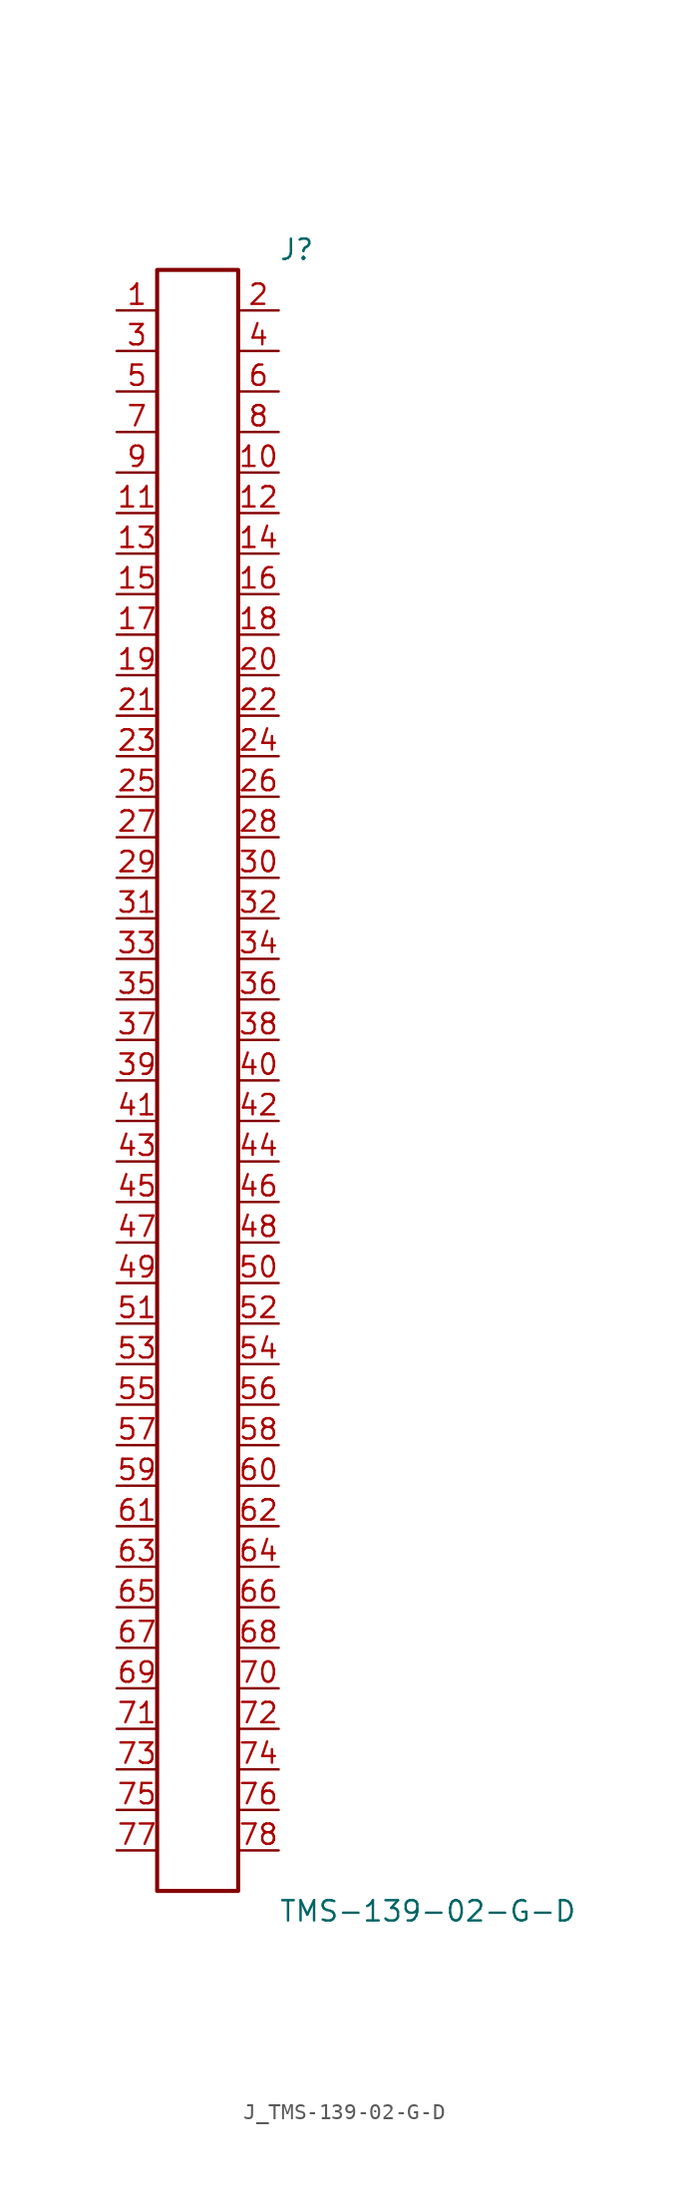
<source format=kicad_sym>
(kicad_symbol_lib
  (version 20231120)
  (generator kicad_symbol_editor)
  (generator_version 8.0)
  (symbol "J_TMS-139-02-G-D"
    (pin_names
      (offset 0.254))
    (property "Reference" "J"
      (at 5.08 52.07 0)
      (effects (font (size 1.27 1.27)) (justify left)))
    (property "Value" "TMS-139-02-G-D"
      (at 5.08 -52.07 0)
      (effects (font (size 1.27 1.27)) (justify left)))
    (symbol "J_TMS-139-02-G-D_0_0"
      (pin unspecified line (at -5.08 48.26 0) (length 2.54) (name "" (effects (font (size 1.27 1.27)))) (number "1" (effects (font (size 1.27 1.27)))))
      (pin unspecified line (at 5.08 48.26 180) (length 2.54) (name "" (effects (font (size 1.27 1.27)))) (number "2" (effects (font (size 1.27 1.27)))))
      (pin unspecified line (at -5.08 45.72 0) (length 2.54) (name "" (effects (font (size 1.27 1.27)))) (number "3" (effects (font (size 1.27 1.27)))))
      (pin unspecified line (at 5.08 45.72 180) (length 2.54) (name "" (effects (font (size 1.27 1.27)))) (number "4" (effects (font (size 1.27 1.27)))))
      (pin unspecified line (at -5.08 43.18 0) (length 2.54) (name "" (effects (font (size 1.27 1.27)))) (number "5" (effects (font (size 1.27 1.27)))))
      (pin unspecified line (at 5.08 43.18 180) (length 2.54) (name "" (effects (font (size 1.27 1.27)))) (number "6" (effects (font (size 1.27 1.27)))))
      (pin unspecified line (at -5.08 40.64 0) (length 2.54) (name "" (effects (font (size 1.27 1.27)))) (number "7" (effects (font (size 1.27 1.27)))))
      (pin unspecified line (at 5.08 40.64 180) (length 2.54) (name "" (effects (font (size 1.27 1.27)))) (number "8" (effects (font (size 1.27 1.27)))))
      (pin unspecified line (at -5.08 38.1 0) (length 2.54) (name "" (effects (font (size 1.27 1.27)))) (number "9" (effects (font (size 1.27 1.27)))))
      (pin unspecified line (at 5.08 38.1 180) (length 2.54) (name "" (effects (font (size 1.27 1.27)))) (number "10" (effects (font (size 1.27 1.27)))))
      (pin unspecified line (at -5.08 35.56 0) (length 2.54) (name "" (effects (font (size 1.27 1.27)))) (number "11" (effects (font (size 1.27 1.27)))))
      (pin unspecified line (at 5.08 35.56 180) (length 2.54) (name "" (effects (font (size 1.27 1.27)))) (number "12" (effects (font (size 1.27 1.27)))))
      (pin unspecified line (at -5.08 33.02 0) (length 2.54) (name "" (effects (font (size 1.27 1.27)))) (number "13" (effects (font (size 1.27 1.27)))))
      (pin unspecified line (at 5.08 33.02 180) (length 2.54) (name "" (effects (font (size 1.27 1.27)))) (number "14" (effects (font (size 1.27 1.27)))))
      (pin unspecified line (at -5.08 30.48 0) (length 2.54) (name "" (effects (font (size 1.27 1.27)))) (number "15" (effects (font (size 1.27 1.27)))))
      (pin unspecified line (at 5.08 30.48 180) (length 2.54) (name "" (effects (font (size 1.27 1.27)))) (number "16" (effects (font (size 1.27 1.27)))))
      (pin unspecified line (at -5.08 27.94 0) (length 2.54) (name "" (effects (font (size 1.27 1.27)))) (number "17" (effects (font (size 1.27 1.27)))))
      (pin unspecified line (at 5.08 27.94 180) (length 2.54) (name "" (effects (font (size 1.27 1.27)))) (number "18" (effects (font (size 1.27 1.27)))))
      (pin unspecified line (at -5.08 25.4 0) (length 2.54) (name "" (effects (font (size 1.27 1.27)))) (number "19" (effects (font (size 1.27 1.27)))))
      (pin unspecified line (at 5.08 25.4 180) (length 2.54) (name "" (effects (font (size 1.27 1.27)))) (number "20" (effects (font (size 1.27 1.27)))))
      (pin unspecified line (at -5.08 22.86 0) (length 2.54) (name "" (effects (font (size 1.27 1.27)))) (number "21" (effects (font (size 1.27 1.27)))))
      (pin unspecified line (at 5.08 22.86 180) (length 2.54) (name "" (effects (font (size 1.27 1.27)))) (number "22" (effects (font (size 1.27 1.27)))))
      (pin unspecified line (at -5.08 20.32 0) (length 2.54) (name "" (effects (font (size 1.27 1.27)))) (number "23" (effects (font (size 1.27 1.27)))))
      (pin unspecified line (at 5.08 20.32 180) (length 2.54) (name "" (effects (font (size 1.27 1.27)))) (number "24" (effects (font (size 1.27 1.27)))))
      (pin unspecified line (at -5.08 17.78 0) (length 2.54) (name "" (effects (font (size 1.27 1.27)))) (number "25" (effects (font (size 1.27 1.27)))))
      (pin unspecified line (at 5.08 17.78 180) (length 2.54) (name "" (effects (font (size 1.27 1.27)))) (number "26" (effects (font (size 1.27 1.27)))))
      (pin unspecified line (at -5.08 15.24 0) (length 2.54) (name "" (effects (font (size 1.27 1.27)))) (number "27" (effects (font (size 1.27 1.27)))))
      (pin unspecified line (at 5.08 15.24 180) (length 2.54) (name "" (effects (font (size 1.27 1.27)))) (number "28" (effects (font (size 1.27 1.27)))))
      (pin unspecified line (at -5.08 12.7 0) (length 2.54) (name "" (effects (font (size 1.27 1.27)))) (number "29" (effects (font (size 1.27 1.27)))))
      (pin unspecified line (at 5.08 12.7 180) (length 2.54) (name "" (effects (font (size 1.27 1.27)))) (number "30" (effects (font (size 1.27 1.27)))))
      (pin unspecified line (at -5.08 10.16 0) (length 2.54) (name "" (effects (font (size 1.27 1.27)))) (number "31" (effects (font (size 1.27 1.27)))))
      (pin unspecified line (at 5.08 10.16 180) (length 2.54) (name "" (effects (font (size 1.27 1.27)))) (number "32" (effects (font (size 1.27 1.27)))))
      (pin unspecified line (at -5.08 7.62 0) (length 2.54) (name "" (effects (font (size 1.27 1.27)))) (number "33" (effects (font (size 1.27 1.27)))))
      (pin unspecified line (at 5.08 7.62 180) (length 2.54) (name "" (effects (font (size 1.27 1.27)))) (number "34" (effects (font (size 1.27 1.27)))))
      (pin unspecified line (at -5.08 5.08 0) (length 2.54) (name "" (effects (font (size 1.27 1.27)))) (number "35" (effects (font (size 1.27 1.27)))))
      (pin unspecified line (at 5.08 5.08 180) (length 2.54) (name "" (effects (font (size 1.27 1.27)))) (number "36" (effects (font (size 1.27 1.27)))))
      (pin unspecified line (at -5.08 2.54 0) (length 2.54) (name "" (effects (font (size 1.27 1.27)))) (number "37" (effects (font (size 1.27 1.27)))))
      (pin unspecified line (at 5.08 2.54 180) (length 2.54) (name "" (effects (font (size 1.27 1.27)))) (number "38" (effects (font (size 1.27 1.27)))))
      (pin unspecified line (at -5.08 0.0 0) (length 2.54) (name "" (effects (font (size 1.27 1.27)))) (number "39" (effects (font (size 1.27 1.27)))))
      (pin unspecified line (at 5.08 0.0 180) (length 2.54) (name "" (effects (font (size 1.27 1.27)))) (number "40" (effects (font (size 1.27 1.27)))))
      (pin unspecified line (at -5.08 -2.54 0) (length 2.54) (name "" (effects (font (size 1.27 1.27)))) (number "41" (effects (font (size 1.27 1.27)))))
      (pin unspecified line (at 5.08 -2.54 180) (length 2.54) (name "" (effects (font (size 1.27 1.27)))) (number "42" (effects (font (size 1.27 1.27)))))
      (pin unspecified line (at -5.08 -5.08 0) (length 2.54) (name "" (effects (font (size 1.27 1.27)))) (number "43" (effects (font (size 1.27 1.27)))))
      (pin unspecified line (at 5.08 -5.08 180) (length 2.54) (name "" (effects (font (size 1.27 1.27)))) (number "44" (effects (font (size 1.27 1.27)))))
      (pin unspecified line (at -5.08 -7.62 0) (length 2.54) (name "" (effects (font (size 1.27 1.27)))) (number "45" (effects (font (size 1.27 1.27)))))
      (pin unspecified line (at 5.08 -7.62 180) (length 2.54) (name "" (effects (font (size 1.27 1.27)))) (number "46" (effects (font (size 1.27 1.27)))))
      (pin unspecified line (at -5.08 -10.16 0) (length 2.54) (name "" (effects (font (size 1.27 1.27)))) (number "47" (effects (font (size 1.27 1.27)))))
      (pin unspecified line (at 5.08 -10.16 180) (length 2.54) (name "" (effects (font (size 1.27 1.27)))) (number "48" (effects (font (size 1.27 1.27)))))
      (pin unspecified line (at -5.08 -12.7 0) (length 2.54) (name "" (effects (font (size 1.27 1.27)))) (number "49" (effects (font (size 1.27 1.27)))))
      (pin unspecified line (at 5.08 -12.7 180) (length 2.54) (name "" (effects (font (size 1.27 1.27)))) (number "50" (effects (font (size 1.27 1.27)))))
      (pin unspecified line (at -5.08 -15.24 0) (length 2.54) (name "" (effects (font (size 1.27 1.27)))) (number "51" (effects (font (size 1.27 1.27)))))
      (pin unspecified line (at 5.08 -15.24 180) (length 2.54) (name "" (effects (font (size 1.27 1.27)))) (number "52" (effects (font (size 1.27 1.27)))))
      (pin unspecified line (at -5.08 -17.78 0) (length 2.54) (name "" (effects (font (size 1.27 1.27)))) (number "53" (effects (font (size 1.27 1.27)))))
      (pin unspecified line (at 5.08 -17.78 180) (length 2.54) (name "" (effects (font (size 1.27 1.27)))) (number "54" (effects (font (size 1.27 1.27)))))
      (pin unspecified line (at -5.08 -20.32 0) (length 2.54) (name "" (effects (font (size 1.27 1.27)))) (number "55" (effects (font (size 1.27 1.27)))))
      (pin unspecified line (at 5.08 -20.32 180) (length 2.54) (name "" (effects (font (size 1.27 1.27)))) (number "56" (effects (font (size 1.27 1.27)))))
      (pin unspecified line (at -5.08 -22.86 0) (length 2.54) (name "" (effects (font (size 1.27 1.27)))) (number "57" (effects (font (size 1.27 1.27)))))
      (pin unspecified line (at 5.08 -22.86 180) (length 2.54) (name "" (effects (font (size 1.27 1.27)))) (number "58" (effects (font (size 1.27 1.27)))))
      (pin unspecified line (at -5.08 -25.4 0) (length 2.54) (name "" (effects (font (size 1.27 1.27)))) (number "59" (effects (font (size 1.27 1.27)))))
      (pin unspecified line (at 5.08 -25.4 180) (length 2.54) (name "" (effects (font (size 1.27 1.27)))) (number "60" (effects (font (size 1.27 1.27)))))
      (pin unspecified line (at -5.08 -27.94 0) (length 2.54) (name "" (effects (font (size 1.27 1.27)))) (number "61" (effects (font (size 1.27 1.27)))))
      (pin unspecified line (at 5.08 -27.94 180) (length 2.54) (name "" (effects (font (size 1.27 1.27)))) (number "62" (effects (font (size 1.27 1.27)))))
      (pin unspecified line (at -5.08 -30.48 0) (length 2.54) (name "" (effects (font (size 1.27 1.27)))) (number "63" (effects (font (size 1.27 1.27)))))
      (pin unspecified line (at 5.08 -30.48 180) (length 2.54) (name "" (effects (font (size 1.27 1.27)))) (number "64" (effects (font (size 1.27 1.27)))))
      (pin unspecified line (at -5.08 -33.02 0) (length 2.54) (name "" (effects (font (size 1.27 1.27)))) (number "65" (effects (font (size 1.27 1.27)))))
      (pin unspecified line (at 5.08 -33.02 180) (length 2.54) (name "" (effects (font (size 1.27 1.27)))) (number "66" (effects (font (size 1.27 1.27)))))
      (pin unspecified line (at -5.08 -35.56 0) (length 2.54) (name "" (effects (font (size 1.27 1.27)))) (number "67" (effects (font (size 1.27 1.27)))))
      (pin unspecified line (at 5.08 -35.56 180) (length 2.54) (name "" (effects (font (size 1.27 1.27)))) (number "68" (effects (font (size 1.27 1.27)))))
      (pin unspecified line (at -5.08 -38.1 0) (length 2.54) (name "" (effects (font (size 1.27 1.27)))) (number "69" (effects (font (size 1.27 1.27)))))
      (pin unspecified line (at 5.08 -38.1 180) (length 2.54) (name "" (effects (font (size 1.27 1.27)))) (number "70" (effects (font (size 1.27 1.27)))))
      (pin unspecified line (at -5.08 -40.64 0) (length 2.54) (name "" (effects (font (size 1.27 1.27)))) (number "71" (effects (font (size 1.27 1.27)))))
      (pin unspecified line (at 5.08 -40.64 180) (length 2.54) (name "" (effects (font (size 1.27 1.27)))) (number "72" (effects (font (size 1.27 1.27)))))
      (pin unspecified line (at -5.08 -43.18 0) (length 2.54) (name "" (effects (font (size 1.27 1.27)))) (number "73" (effects (font (size 1.27 1.27)))))
      (pin unspecified line (at 5.08 -43.18 180) (length 2.54) (name "" (effects (font (size 1.27 1.27)))) (number "74" (effects (font (size 1.27 1.27)))))
      (pin unspecified line (at -5.08 -45.72 0) (length 2.54) (name "" (effects (font (size 1.27 1.27)))) (number "75" (effects (font (size 1.27 1.27)))))
      (pin unspecified line (at 5.08 -45.72 180) (length 2.54) (name "" (effects (font (size 1.27 1.27)))) (number "76" (effects (font (size 1.27 1.27)))))
      (pin unspecified line (at -5.08 -48.26 0) (length 2.54) (name "" (effects (font (size 1.27 1.27)))) (number "77" (effects (font (size 1.27 1.27)))))
      (pin unspecified line (at 5.08 -48.26 180) (length 2.54) (name "" (effects (font (size 1.27 1.27)))) (number "78" (effects (font (size 1.27 1.27))))))
    (symbol "J_TMS-139-02-G-D_1_0"
      (rectangle (start -2.54 50.8) (end 2.54 -50.8) (stroke (width 0.254) (type solid)) (fill (type none))))))
</source>
